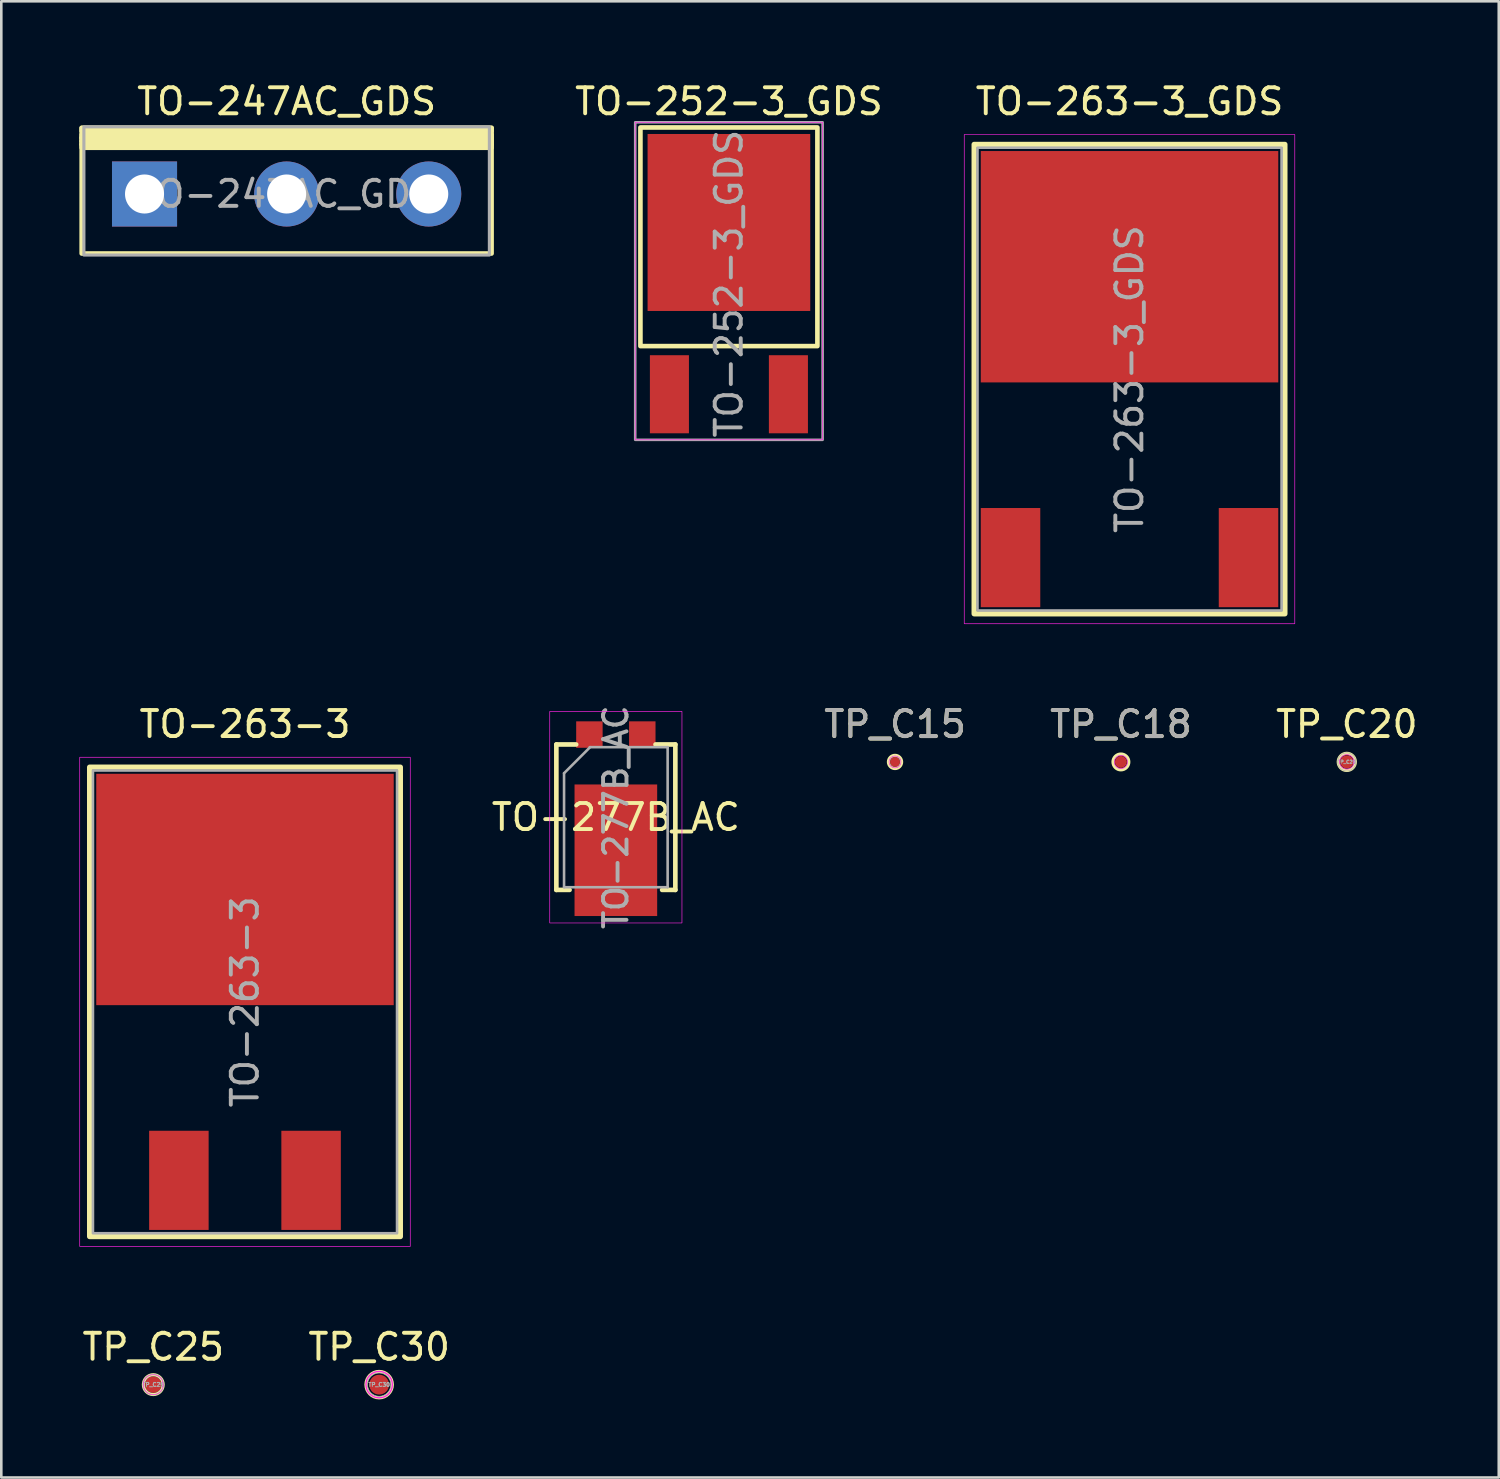
<source format=kicad_pcb>
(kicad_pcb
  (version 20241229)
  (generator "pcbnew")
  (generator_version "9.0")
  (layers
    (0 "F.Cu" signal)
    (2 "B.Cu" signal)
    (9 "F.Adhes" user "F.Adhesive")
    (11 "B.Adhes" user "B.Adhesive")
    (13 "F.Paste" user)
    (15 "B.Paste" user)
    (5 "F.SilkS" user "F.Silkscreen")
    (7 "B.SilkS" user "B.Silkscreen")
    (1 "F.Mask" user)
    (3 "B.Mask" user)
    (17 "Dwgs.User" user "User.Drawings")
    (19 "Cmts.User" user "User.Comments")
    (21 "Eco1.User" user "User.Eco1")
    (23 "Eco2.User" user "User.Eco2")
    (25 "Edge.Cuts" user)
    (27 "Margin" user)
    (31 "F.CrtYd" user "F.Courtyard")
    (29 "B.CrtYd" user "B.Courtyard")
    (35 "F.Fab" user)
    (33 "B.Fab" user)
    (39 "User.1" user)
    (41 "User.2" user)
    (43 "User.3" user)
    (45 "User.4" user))
  (footprint "TP_C15"
    (layer "F.Cu")
    (at 31.338 26.225)
    (property "Reference" "TP_C15" (at 0 -1.448 0) (layer "F.SilkS") (effects (font (size 1 1) (thickness 0.15))))
    (attr smd exclude_from_pos_files exclude_from_bom)
    (fp_circle (center 0 0) (end 0.254 0) (stroke (width 0.12) (type solid)) (fill no) (layer "F.SilkS"))
    (fp_circle (center 0 0) (end 0.229 0) (stroke (width 0.025) (type solid)) (fill no) (layer "F.CrtYd"))
    (fp_text user "${REFERENCE}" (at 0 -1.45 0) (layer "F.Fab") (effects (font (size 1 1) (thickness 0.15))))
    (pad "1" smd circle (at 0 0) (size 0.381 0.381) (layers "F.Cu" "F.Mask")))
  (footprint "TO-247AC_GDS"
    (layer "F.Cu")
    (at 7.963 4.404)
    (property "Reference" "TO-247AC_GDS" (at 0 -3.556 0) (unlocked yes) (layer "F.SilkS") (effects (font (size 1 1) (thickness 0.15))))
    (attr through_hole)
    (fp_rect (start -7.874 -2.54) (end 7.874 2.286) (stroke (width 0.178) (type solid)) (fill no) (layer "F.SilkS"))
    (fp_rect (start -7.874 -2.413) (end 7.874 -2.54) (stroke (width 0.178) (type solid)) (fill no) (layer "F.SilkS"))
    (fp_rect (start -7.874 -2.159) (end 7.874 -2.286) (stroke (width 0.178) (type solid)) (fill no) (layer "F.SilkS"))
    (fp_rect (start -7.874 -2.032) (end 7.874 -2.159) (stroke (width 0.178) (type solid)) (fill no) (layer "F.SilkS"))
    (fp_rect (start -7.874 -1.905) (end 7.874 -2.032) (stroke (width 0.178) (type solid)) (fill no) (layer "F.SilkS"))
    (fp_rect (start -7.874 -1.778) (end 7.874 -1.905) (stroke (width 0.178) (type solid)) (fill no) (layer "F.SilkS"))
    (fp_rect (start -7.79 -2.58) (end 7.79 2.345) (stroke (width 0.12) (type solid)) (fill no) (layer "F.Fab"))
    (fp_text user "${REFERENCE}" (at 0 0 0) (unlocked yes) (layer "F.Fab") (effects (font (size 1 1) (thickness 0.15))))
    (pad "D" thru_hole circle (at 0 0) (size 2.5 2.5) (drill 1.5) (layers "*.Cu" "*.Mask"))
    (pad "G" thru_hole rect (at -5.46 0) (size 2.5 2.5) (drill 1.5) (layers "*.Cu" "*.Mask"))
    (pad "S" thru_hole circle (at 5.46 0) (size 2.5 2.5) (drill 1.5) (layers "*.Cu" "*.Mask")))
  (footprint "TO-252-3_GDS"
    (layer "F.Cu")
    (at 24.956 7.848)
    (property "Reference" "TO-252-3_GDS" (at 0 -7 0) (unlocked yes) (layer "F.SilkS") (effects (font (size 1 1) (thickness 0.15))))
    (attr smd)
    (fp_rect (start -3.4 -6) (end 3.4 2.4) (stroke (width 0.178) (type solid)) (fill no) (layer "F.SilkS"))
    (fp_rect (start -3.6 -6.2) (end 3.6 6) (stroke (width 0.025) (type solid)) (fill no) (layer "F.CrtYd"))
    (fp_rect (start -3.6 -6.2) (end 3.6 6) (stroke (width 0.1) (type solid)) (fill no) (layer "F.Fab"))
    (fp_text user "${REFERENCE}" (at 0 0 90) (unlocked yes) (layer "F.Fab") (effects (font (size 1 1) (thickness 0.15))))
    (pad "D" smd rect (at 0 -2.35) (size 6.25 6.8) (layers "F.Cu" "F.Mask" "F.Paste"))
    (pad "G" smd rect (at -2.286 4.25) (size 1.5 3) (layers "F.Cu" "F.Mask" "F.Paste"))
    (pad "S" smd rect (at 2.286 4.25) (size 1.5 3) (layers "F.Cu" "F.Mask" "F.Paste")))
  (footprint "TP_C20"
    (layer "F.Cu")
    (at 48.696 26.223)
    (property "Reference" "TP_C20" (at 0 -1.448 0) (layer "F.SilkS") (effects (font (size 1 1) (thickness 0.15))))
    (attr smd exclude_from_pos_files exclude_from_bom)
    (fp_circle (center 0 0) (end 0.33 0) (stroke (width 0.12) (type solid)) (fill no) (layer "F.SilkS"))
    (fp_circle (center 0 0) (end 0.279 0) (stroke (width 0.025) (type solid)) (fill no) (layer "F.CrtYd"))
    (fp_circle (center 0 0) (end 0.35 0) (stroke (width 0.025) (type solid)) (fill no) (layer "F.Fab"))
    (fp_text user "${REFERENCE}" (at 0 0 0) (layer "F.Fab") (effects (font (size 0.127 0.127) (thickness 0.032) (bold yes))))
    (pad "1" smd circle (at 0 0) (size 0.508 0.508) (layers "F.Cu" "F.Mask")))
  (footprint "TP_C25"
    (layer "F.Cu")
    (at 2.839 50.15)
    (property "Reference" "TP_C25" (at 0 -1.448 0) (layer "F.SilkS") (effects (font (size 1 1) (thickness 0.15))))
    (attr smd exclude_from_pos_files exclude_from_bom)
    (fp_circle (center 0 0) (end 0.381 0) (stroke (width 0.12) (type solid)) (fill no) (layer "F.SilkS"))
    (fp_circle (center 0 0) (end 0.381 0) (stroke (width 0.025) (type solid)) (fill no) (layer "F.CrtYd"))
    (fp_circle (center 0 0) (end 0.4 0) (stroke (width 0.025) (type solid)) (fill no) (layer "F.Fab"))
    (fp_text user "${REFERENCE}" (at 0 0 0) (layer "F.Fab") (effects (font (size 0.152 0.152) (thickness 0.038) (bold yes))))
    (pad "1" smd circle (at 0 0) (size 0.635 0.635) (layers "F.Cu" "F.Mask")))
  (footprint "TP_C30"
    (layer "F.Cu")
    (at 11.518 50.15)
    (property "Reference" "TP_C30" (at 0 -1.448 0) (layer "F.SilkS") (effects (font (size 1 1) (thickness 0.15))))
    (attr smd exclude_from_pos_files exclude_from_bom)
    (fp_circle (center 0 0) (end 0.508 0) (stroke (width 0.12) (type solid)) (fill no) (layer "F.SilkS"))
    (fp_circle (center 0 0) (end 0.508 0) (stroke (width 0.05) (type solid)) (fill no) (layer "F.CrtYd"))
    (fp_circle (center 0 0) (end 0.4 0.2) (stroke (width 0.025) (type solid)) (fill no) (layer "F.Fab"))
    (fp_text user "${REFERENCE}" (at 0 0 0) (layer "F.Fab") (effects (font (size 0.152 0.152) (thickness 0.038) (bold yes))))
    (pad "1" smd circle (at 0 0) (size 0.762 0.762) (layers "F.Cu" "F.Mask")))
  (footprint "TO-263-3_GDS"
    (layer "F.Cu")
    (at 40.348 11.516)
    (property "Reference" "TO-263-3_GDS" (at 0 -10.668 0) (layer "F.SilkS") (effects (font (size 1 1) (thickness 0.15))))
    (attr smd)
    (fp_rect (start -5.969 9.017) (end 5.969 -9.017) (stroke (width 0.203) (type solid)) (fill no) (layer "F.SilkS"))
    (fp_rect (start -6.35 9.398) (end 6.35 -9.398) (stroke (width 0.025) (type solid)) (fill no) (layer "F.CrtYd"))
    (fp_rect (start -5.842 8.89) (end 5.842 -8.89) (stroke (width 0.1) (type solid)) (fill no) (layer "F.Fab"))
    (fp_text user "${REFERENCE}" (at 0 0 90) (layer "F.Fab") (effects (font (size 1 1) (thickness 0.15))))
    (pad "D" smd rect (at 0 -4.318) (size 11.43 8.89) (layers "F.Cu" "F.Mask" "F.Paste"))
    (pad "G" smd rect (at -4.572 6.858) (size 2.286 3.81) (layers "F.Cu" "F.Mask" "F.Paste"))
    (pad "S" smd rect (at 4.572 6.858) (size 2.286 3.81) (layers "F.Cu" "F.Mask" "F.Paste")))
  (footprint "TO-277B_AC"
    (layer "F.Cu")
    (at 20.612 28.348)
    (property "Reference" "TO-277B_AC" (at 0 0 180) (layer "F.SilkS") (effects (font (size 1 1) (thickness 0.15))))
    (attr smd)
    (fp_line (start -2.286 -2.794) (end -2.286 2.794) (stroke (width 0.178) (type solid)) (layer "F.SilkS"))
    (fp_line (start -2.286 2.794) (end -1.778 2.794) (stroke (width 0.178) (type solid)) (layer "F.SilkS"))
    (fp_line (start -1.524 -2.794) (end -2.286 -2.794) (stroke (width 0.178) (type solid)) (layer "F.SilkS"))
    (fp_line (start 1.778 2.794) (end 2.286 2.794) (stroke (width 0.178) (type solid)) (layer "F.SilkS"))
    (fp_line (start 2.286 -2.794) (end 1.524 -2.794) (stroke (width 0.178) (type solid)) (layer "F.SilkS"))
    (fp_line (start 2.286 2.794) (end 2.286 -2.794) (stroke (width 0.178) (type solid)) (layer "F.SilkS"))
    (fp_rect (start -2.54 4.064) (end 2.54 -4.064) (stroke (width 0.025) (type solid)) (fill no) (layer "F.CrtYd"))
    (fp_line (start -1.99 -1.69) (end -1.99 2.69) (stroke (width 0.1) (type solid)) (layer "F.Fab"))
    (fp_line (start -1.99 -1.69) (end -0.99 -2.69) (stroke (width 0.1) (type solid)) (layer "F.Fab"))
    (fp_line (start -1.99 2.69) (end 1.99 2.69) (stroke (width 0.1) (type solid)) (layer "F.Fab"))
    (fp_line (start 1.99 -2.69) (end -1 -2.69) (stroke (width 0.1) (type solid)) (layer "F.Fab"))
    (fp_line (start 1.99 2.69) (end 1.99 -2.69) (stroke (width 0.1) (type solid)) (layer "F.Fab"))
    (fp_text user "${REFERENCE}" (at 0 0 90) (layer "F.Fab") (effects (font (size 0.9 0.9) (thickness 0.15))))
    (pad "A" smd rect (at -1.016 -3.175) (size 1.016 1.016) (layers "F.Cu" "F.Mask" "F.Paste"))
    (pad "A" smd rect (at 1.016 -3.175) (size 1.016 1.016) (layers "F.Cu" "F.Mask" "F.Paste"))
    (pad "C" smd rect (at 0 1.27) (size 3.175 5.055) (layers "F.Cu" "F.Mask")))
  (footprint "TP_C18"
    (layer "F.Cu")
    (at 40.017 26.225)
    (property "Reference" "TP_C18" (at 0 -1.448 0) (layer "F.SilkS") (effects (font (size 1 1) (thickness 0.15))))
    (attr smd exclude_from_pos_files exclude_from_bom)
    (fp_circle (center 0 0) (end 0.305 0) (stroke (width 0.12) (type solid)) (fill no) (layer "F.SilkS"))
    (fp_circle (center 0 0) (end 0.254 0) (stroke (width 0.025) (type solid)) (fill no) (layer "F.CrtYd"))
    (fp_text user "${REFERENCE}" (at 0 -1.45 0) (layer "F.Fab") (effects (font (size 1 1) (thickness 0.15))))
    (pad "1" smd circle (at 0 0) (size 0.457 0.457) (layers "F.Cu" "F.Mask")))
  (footprint "TO-263-3"
    (layer "F.Cu")
    (at 6.363 35.443)
    (property "Reference" "TO-263-3" (at 0 -10.668 0) (layer "F.SilkS") (effects (font (size 1 1) (thickness 0.15))))
    (attr smd)
    (fp_rect (start -5.969 9.017) (end 5.969 -9.017) (stroke (width 0.203) (type solid)) (fill no) (layer "F.SilkS"))
    (fp_rect (start -6.35 9.398) (end 6.35 -9.398) (stroke (width 0.025) (type solid)) (fill no) (layer "F.CrtYd"))
    (fp_rect (start -5.842 8.89) (end 5.842 -8.89) (stroke (width 0.1) (type solid)) (fill no) (layer "F.Fab"))
    (fp_text user "${REFERENCE}" (at 0 0 90) (layer "F.Fab") (effects (font (size 1 1) (thickness 0.15))))
    (pad "1" smd rect (at -2.54 6.858) (size 2.286 3.81) (layers "F.Cu" "F.Mask" "F.Paste"))
    (pad "2" smd rect (at 0 -4.318) (size 11.43 8.89) (layers "F.Cu" "F.Mask" "F.Paste"))
    (pad "3" smd rect (at 2.54 6.858) (size 2.286 3.81) (layers "F.Cu" "F.Mask" "F.Paste")))
  (gr_rect
    (start -3 -3)
    (end 54.535 53.718)
    (stroke (width 0.1) (type default))
    (fill no)
    (layer "Edge.Cuts")))
</source>
